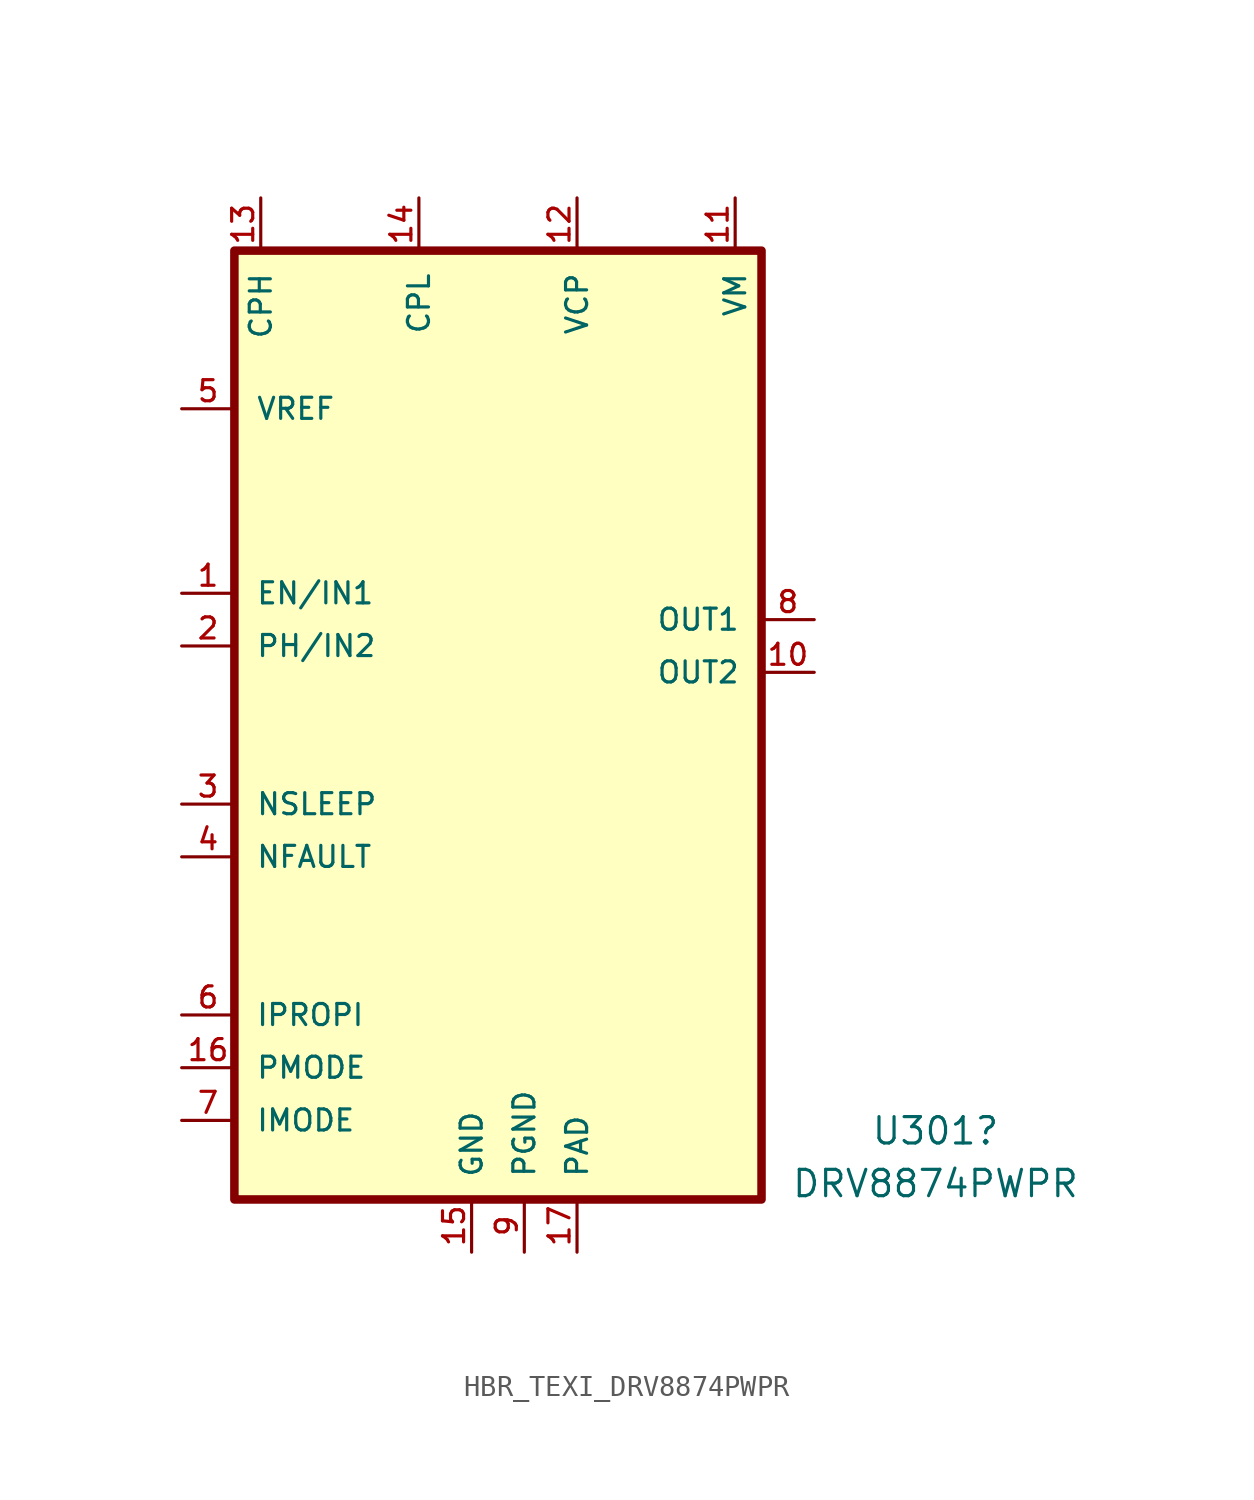
<source format=kicad_sym>
(kicad_symbol_lib
  (version 20231120)
  (generator "kicad_symbol_editor")
  (generator_version "8.0")
  (symbol "HBR_TEXI_DRV8874PWPR"
    (pin_names
      (offset 1.016))
    (property "Reference" "U301"
      (at 21.082 -19.558 0)
      (effects (font (size 1.27 1.27))))
    (property "Value" "DRV8874PWPR"
      (at 21.082 -22.098 0)
      (effects (font (size 1.27 1.27))))
    (symbol "HBR_TEXI_DRV8874PWPR_0_0"
      (rectangle (start -12.7 22.86) (end 12.7 -22.86) (stroke (width 0.41) (type default)) (fill (type background)))
      (pin input line (at -15.24 6.35 0) (length 2.54) (name "EN/IN1" (effects (font (size 1.016 1.016)))) (number "1" (effects (font (size 1.016 1.016)))))
      (pin output line (at 15.24 2.54 180) (length 2.54) (name "OUT2" (effects (font (size 1.016 1.016)))) (number "10" (effects (font (size 1.016 1.016)))))
      (pin power_in line (at 11.43 25.4 270) (length 2.54) (name "VM" (effects (font (size 1.016 1.016)))) (number "11" (effects (font (size 1.016 1.016)))))
      (pin power_in line (at 3.81 25.4 270) (length 2.54) (name "VCP" (effects (font (size 1.016 1.016)))) (number "12" (effects (font (size 1.016 1.016)))))
      (pin power_in line (at -11.43 25.4 270) (length 2.54) (name "CPH" (effects (font (size 1.016 1.016)))) (number "13" (effects (font (size 1.016 1.016)))))
      (pin power_in line (at -3.81 25.4 270) (length 2.54) (name "CPL" (effects (font (size 1.016 1.016)))) (number "14" (effects (font (size 1.016 1.016)))))
      (pin power_in line (at -1.27 -25.4 90) (length 2.54) (name "GND" (effects (font (size 1.016 1.016)))) (number "15" (effects (font (size 1.016 1.016)))))
      (pin input line (at -15.24 -16.51 0) (length 2.54) (name "PMODE" (effects (font (size 1.016 1.016)))) (number "16" (effects (font (size 1.016 1.016)))))
      (pin input line (at -15.24 3.81 0) (length 2.54) (name "PH/IN2" (effects (font (size 1.016 1.016)))) (number "2" (effects (font (size 1.016 1.016)))))
      (pin input line (at -15.24 -3.81 0) (length 2.54) (name "NSLEEP" (effects (font (size 1.016 1.016)))) (number "3" (effects (font (size 1.016 1.016)))))
      (pin bidirectional line (at -15.24 -6.35 0) (length 2.54) (name "NFAULT" (effects (font (size 1.016 1.016)))) (number "4" (effects (font (size 1.016 1.016)))))
      (pin input line (at -15.24 15.24 0) (length 2.54) (name "VREF" (effects (font (size 1.016 1.016)))) (number "5" (effects (font (size 1.016 1.016)))))
      (pin output line (at -15.24 -13.97 0) (length 2.54) (name "IPROPI" (effects (font (size 1.016 1.016)))) (number "6" (effects (font (size 1.016 1.016)))))
      (pin input line (at -15.24 -19.05 0) (length 2.54) (name "IMODE" (effects (font (size 1.016 1.016)))) (number "7" (effects (font (size 1.016 1.016)))))
      (pin output line (at 15.24 5.08 180) (length 2.54) (name "OUT1" (effects (font (size 1.016 1.016)))) (number "8" (effects (font (size 1.016 1.016)))))
      (pin power_in line (at 1.27 -25.4 90) (length 2.54) (name "PGND" (effects (font (size 1.016 1.016)))) (number "9" (effects (font (size 1.016 1.016))))))
    (symbol "HBR_TEXI_DRV8874PWPR_1_0"
      (pin power_in line (at 3.81 -25.4 90) (length 2.54) (name "PAD" (effects (font (size 1.016 1.016)))) (number "17" (effects (font (size 1.016 1.016))))))))
</source>
